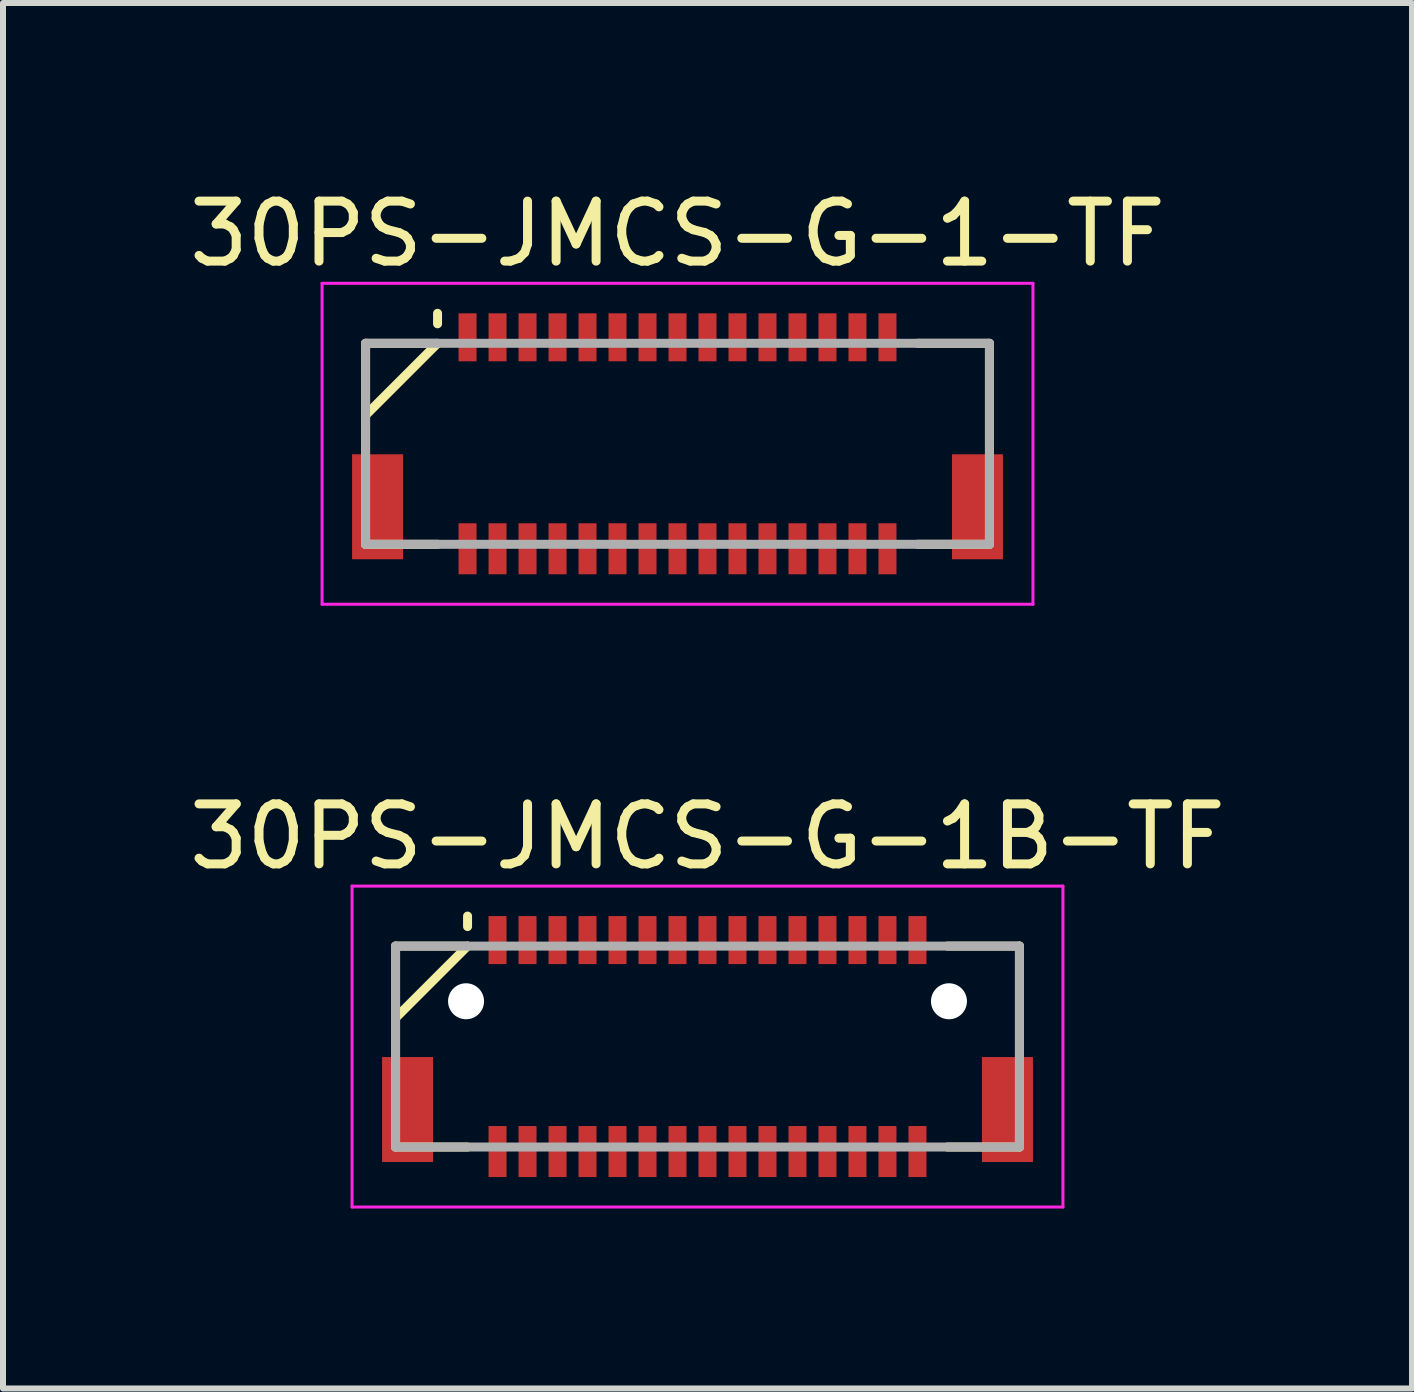
<source format=kicad_pcb>
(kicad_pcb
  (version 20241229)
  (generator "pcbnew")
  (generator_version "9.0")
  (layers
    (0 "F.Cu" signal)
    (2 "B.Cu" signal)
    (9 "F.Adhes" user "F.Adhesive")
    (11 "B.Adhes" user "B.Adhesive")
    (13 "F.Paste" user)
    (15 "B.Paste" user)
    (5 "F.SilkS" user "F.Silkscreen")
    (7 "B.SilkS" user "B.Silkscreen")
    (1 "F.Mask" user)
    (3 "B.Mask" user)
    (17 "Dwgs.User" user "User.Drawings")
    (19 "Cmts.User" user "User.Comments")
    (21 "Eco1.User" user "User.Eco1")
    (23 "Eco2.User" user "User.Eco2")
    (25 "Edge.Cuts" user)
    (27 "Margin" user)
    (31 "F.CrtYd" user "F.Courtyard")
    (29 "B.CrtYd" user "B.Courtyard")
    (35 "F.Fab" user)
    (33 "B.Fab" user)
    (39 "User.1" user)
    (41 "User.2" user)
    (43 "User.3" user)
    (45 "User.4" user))
  (footprint "30PS-JMCS-G-1-TF"
    (layer "F.Cu")
    (at 8.244 4.348)
    (property "Reference" "30PS-JMCS-G-1-TF" (at 0 -3.5 0) (layer "F.SilkS") (effects (font (size 1 1) (thickness 0.15))))
    (attr smd)
    (fp_line (start -5.2 -1.675) (end -5.2 1.675) (stroke (width 0.15) (type solid)) (layer "F.SilkS"))
    (fp_line (start -5.2 -1.675) (end -4 -1.675) (stroke (width 0.15) (type solid)) (layer "F.SilkS"))
    (fp_line (start -5.2 1.675) (end -4 1.675) (stroke (width 0.15) (type solid)) (layer "F.SilkS"))
    (fp_line (start -4 -2.175) (end -4 -2) (stroke (width 0.15) (type solid)) (layer "F.SilkS"))
    (fp_line (start -4 -1.675) (end -5.2 -0.475) (stroke (width 0.15) (type solid)) (layer "F.SilkS"))
    (fp_line (start 4 -1.675) (end 5.2 -1.675) (stroke (width 0.15) (type solid)) (layer "F.SilkS"))
    (fp_line (start 4 1.675) (end 5.2 1.675) (stroke (width 0.15) (type solid)) (layer "F.SilkS"))
    (fp_line (start 5.2 -1.675) (end 5.2 1.675) (stroke (width 0.15) (type solid)) (layer "F.SilkS"))
    (fp_line (start -5.925 -2.675) (end -5.925 2.675) (stroke (width 0.05) (type solid)) (layer "F.CrtYd"))
    (fp_line (start -5.925 -2.675) (end 5.925 -2.675) (stroke (width 0.05) (type solid)) (layer "F.CrtYd"))
    (fp_line (start -5.925 2.675) (end 5.925 2.675) (stroke (width 0.05) (type solid)) (layer "F.CrtYd"))
    (fp_line (start 5.925 -2.675) (end 5.925 2.675) (stroke (width 0.05) (type solid)) (layer "F.CrtYd"))
    (fp_line (start -5.2 -1.675) (end -5.2 1.675) (stroke (width 0.15) (type solid)) (layer "F.Fab"))
    (fp_line (start -5.2 -1.675) (end 5.2 -1.675) (stroke (width 0.15) (type solid)) (layer "F.Fab"))
    (fp_line (start -5.2 1.675) (end 5.2 1.675) (stroke (width 0.15) (type solid)) (layer "F.Fab"))
    (fp_line (start 5.2 -1.675) (end 5.2 1.675) (stroke (width 0.15) (type solid)) (layer "F.Fab"))
    (pad "1" smd rect (at -3.5 -1.775) (size 0.3 0.8) (layers "F.Cu" "F.Mask" "F.Paste"))
    (pad "2" smd rect (at -3.5 1.75) (size 0.3 0.85) (layers "F.Cu" "F.Mask" "F.Paste"))
    (pad "3" smd rect (at -3 -1.775) (size 0.3 0.8) (layers "F.Cu" "F.Mask" "F.Paste"))
    (pad "4" smd rect (at -3 1.75) (size 0.3 0.85) (layers "F.Cu" "F.Mask" "F.Paste"))
    (pad "5" smd rect (at -2.5 -1.775) (size 0.3 0.8) (layers "F.Cu" "F.Mask" "F.Paste"))
    (pad "6" smd rect (at -2.5 1.75) (size 0.3 0.85) (layers "F.Cu" "F.Mask" "F.Paste"))
    (pad "7" smd rect (at -2 -1.775) (size 0.3 0.8) (layers "F.Cu" "F.Mask" "F.Paste"))
    (pad "8" smd rect (at -2 1.75) (size 0.3 0.85) (layers "F.Cu" "F.Mask" "F.Paste"))
    (pad "9" smd rect (at -1.5 -1.775) (size 0.3 0.8) (layers "F.Cu" "F.Mask" "F.Paste"))
    (pad "10" smd rect (at -1.5 1.75) (size 0.3 0.85) (layers "F.Cu" "F.Mask" "F.Paste"))
    (pad "11" smd rect (at -1 -1.775) (size 0.3 0.8) (layers "F.Cu" "F.Mask" "F.Paste"))
    (pad "12" smd rect (at -1 1.75) (size 0.3 0.85) (layers "F.Cu" "F.Mask" "F.Paste"))
    (pad "13" smd rect (at -0.5 -1.775) (size 0.3 0.8) (layers "F.Cu" "F.Mask" "F.Paste"))
    (pad "14" smd rect (at -0.5 1.75) (size 0.3 0.85) (layers "F.Cu" "F.Mask" "F.Paste"))
    (pad "15" smd rect (at 0 -1.775) (size 0.3 0.8) (layers "F.Cu" "F.Mask" "F.Paste"))
    (pad "16" smd rect (at 0 1.75) (size 0.3 0.85) (layers "F.Cu" "F.Mask" "F.Paste"))
    (pad "17" smd rect (at 0.5 -1.775) (size 0.3 0.8) (layers "F.Cu" "F.Mask" "F.Paste"))
    (pad "18" smd rect (at 0.5 1.75) (size 0.3 0.85) (layers "F.Cu" "F.Mask" "F.Paste"))
    (pad "19" smd rect (at 1 -1.775) (size 0.3 0.8) (layers "F.Cu" "F.Mask" "F.Paste"))
    (pad "20" smd rect (at 1 1.75) (size 0.3 0.85) (layers "F.Cu" "F.Mask" "F.Paste"))
    (pad "21" smd rect (at 1.5 -1.775) (size 0.3 0.8) (layers "F.Cu" "F.Mask" "F.Paste"))
    (pad "22" smd rect (at 1.5 1.75) (size 0.3 0.85) (layers "F.Cu" "F.Mask" "F.Paste"))
    (pad "23" smd rect (at 2 -1.775) (size 0.3 0.8) (layers "F.Cu" "F.Mask" "F.Paste"))
    (pad "24" smd rect (at 2 1.75) (size 0.3 0.85) (layers "F.Cu" "F.Mask" "F.Paste"))
    (pad "25" smd rect (at 2.5 -1.775) (size 0.3 0.8) (layers "F.Cu" "F.Mask" "F.Paste"))
    (pad "26" smd rect (at 2.5 1.75) (size 0.3 0.85) (layers "F.Cu" "F.Mask" "F.Paste"))
    (pad "27" smd rect (at 3 -1.775) (size 0.3 0.8) (layers "F.Cu" "F.Mask" "F.Paste"))
    (pad "28" smd rect (at 3 1.75) (size 0.3 0.85) (layers "F.Cu" "F.Mask" "F.Paste"))
    (pad "29" smd rect (at 3.5 -1.775) (size 0.3 0.8) (layers "F.Cu" "F.Mask" "F.Paste"))
    (pad "30" smd rect (at 3.5 1.75) (size 0.3 0.85) (layers "F.Cu" "F.Mask" "F.Paste"))
    (pad "S" smd rect (at -5 1.05) (size 0.85 1.75) (layers "F.Cu" "F.Mask" "F.Paste"))
    (pad "S" smd rect (at 5 1.05) (size 0.85 1.75) (layers "F.Cu" "F.Mask" "F.Paste")))
  (footprint "30PS-JMCS-G-1B-TF"
    (layer "F.Cu")
    (at 8.744 14.396)
    (property "Reference" "30PS-JMCS-G-1B-TF" (at 0 -3.5 0) (layer "F.SilkS") (effects (font (size 1 1) (thickness 0.15))))
    (attr smd)
    (fp_line (start -5.2 -1.675) (end -5.2 1.675) (stroke (width 0.15) (type solid)) (layer "F.SilkS"))
    (fp_line (start -5.2 -1.675) (end -4 -1.675) (stroke (width 0.15) (type solid)) (layer "F.SilkS"))
    (fp_line (start -5.2 1.675) (end -4 1.675) (stroke (width 0.15) (type solid)) (layer "F.SilkS"))
    (fp_line (start -4 -2.175) (end -4 -2) (stroke (width 0.15) (type solid)) (layer "F.SilkS"))
    (fp_line (start -4 -1.675) (end -5.2 -0.475) (stroke (width 0.15) (type solid)) (layer "F.SilkS"))
    (fp_line (start 4 -1.675) (end 5.2 -1.675) (stroke (width 0.15) (type solid)) (layer "F.SilkS"))
    (fp_line (start 4 1.675) (end 5.2 1.675) (stroke (width 0.15) (type solid)) (layer "F.SilkS"))
    (fp_line (start 5.2 -1.675) (end 5.2 1.675) (stroke (width 0.15) (type solid)) (layer "F.SilkS"))
    (fp_line (start -5.925 -2.675) (end -5.925 2.675) (stroke (width 0.05) (type solid)) (layer "F.CrtYd"))
    (fp_line (start -5.925 -2.675) (end 5.925 -2.675) (stroke (width 0.05) (type solid)) (layer "F.CrtYd"))
    (fp_line (start -5.925 2.675) (end 5.925 2.675) (stroke (width 0.05) (type solid)) (layer "F.CrtYd"))
    (fp_line (start 5.925 -2.675) (end 5.925 2.675) (stroke (width 0.05) (type solid)) (layer "F.CrtYd"))
    (fp_line (start -5.2 -1.675) (end -5.2 1.675) (stroke (width 0.15) (type solid)) (layer "F.Fab"))
    (fp_line (start -5.2 -1.675) (end 5.2 -1.675) (stroke (width 0.15) (type solid)) (layer "F.Fab"))
    (fp_line (start -5.2 1.675) (end 5.2 1.675) (stroke (width 0.15) (type solid)) (layer "F.Fab"))
    (fp_line (start 5.2 -1.675) (end 5.2 1.675) (stroke (width 0.15) (type solid)) (layer "F.Fab"))
    (pad "" np_thru_hole circle (at -4.025 -0.755) (size 0.6 0.6) (drill 0.6) (layers "*.Cu" "*.Mask"))
    (pad "" np_thru_hole circle (at 4.025 -0.755) (size 0.6 0.6) (drill 0.6) (layers "*.Cu" "*.Mask"))
    (pad "1" smd rect (at -3.5 -1.775) (size 0.3 0.8) (layers "F.Cu" "F.Mask" "F.Paste"))
    (pad "2" smd rect (at -3.5 1.75) (size 0.3 0.85) (layers "F.Cu" "F.Mask" "F.Paste"))
    (pad "3" smd rect (at -3 -1.775) (size 0.3 0.8) (layers "F.Cu" "F.Mask" "F.Paste"))
    (pad "4" smd rect (at -3 1.75) (size 0.3 0.85) (layers "F.Cu" "F.Mask" "F.Paste"))
    (pad "5" smd rect (at -2.5 -1.775) (size 0.3 0.8) (layers "F.Cu" "F.Mask" "F.Paste"))
    (pad "6" smd rect (at -2.5 1.75) (size 0.3 0.85) (layers "F.Cu" "F.Mask" "F.Paste"))
    (pad "7" smd rect (at -2 -1.775) (size 0.3 0.8) (layers "F.Cu" "F.Mask" "F.Paste"))
    (pad "8" smd rect (at -2 1.75) (size 0.3 0.85) (layers "F.Cu" "F.Mask" "F.Paste"))
    (pad "9" smd rect (at -1.5 -1.775) (size 0.3 0.8) (layers "F.Cu" "F.Mask" "F.Paste"))
    (pad "10" smd rect (at -1.5 1.75) (size 0.3 0.85) (layers "F.Cu" "F.Mask" "F.Paste"))
    (pad "11" smd rect (at -1 -1.775) (size 0.3 0.8) (layers "F.Cu" "F.Mask" "F.Paste"))
    (pad "12" smd rect (at -1 1.75) (size 0.3 0.85) (layers "F.Cu" "F.Mask" "F.Paste"))
    (pad "13" smd rect (at -0.5 -1.775) (size 0.3 0.8) (layers "F.Cu" "F.Mask" "F.Paste"))
    (pad "14" smd rect (at -0.5 1.75) (size 0.3 0.85) (layers "F.Cu" "F.Mask" "F.Paste"))
    (pad "15" smd rect (at 0 -1.775) (size 0.3 0.8) (layers "F.Cu" "F.Mask" "F.Paste"))
    (pad "16" smd rect (at 0 1.75) (size 0.3 0.85) (layers "F.Cu" "F.Mask" "F.Paste"))
    (pad "17" smd rect (at 0.5 -1.775) (size 0.3 0.8) (layers "F.Cu" "F.Mask" "F.Paste"))
    (pad "18" smd rect (at 0.5 1.75) (size 0.3 0.85) (layers "F.Cu" "F.Mask" "F.Paste"))
    (pad "19" smd rect (at 1 -1.775) (size 0.3 0.8) (layers "F.Cu" "F.Mask" "F.Paste"))
    (pad "20" smd rect (at 1 1.75) (size 0.3 0.85) (layers "F.Cu" "F.Mask" "F.Paste"))
    (pad "21" smd rect (at 1.5 -1.775) (size 0.3 0.8) (layers "F.Cu" "F.Mask" "F.Paste"))
    (pad "22" smd rect (at 1.5 1.75) (size 0.3 0.85) (layers "F.Cu" "F.Mask" "F.Paste"))
    (pad "23" smd rect (at 2 -1.775) (size 0.3 0.8) (layers "F.Cu" "F.Mask" "F.Paste"))
    (pad "24" smd rect (at 2 1.75) (size 0.3 0.85) (layers "F.Cu" "F.Mask" "F.Paste"))
    (pad "25" smd rect (at 2.5 -1.775) (size 0.3 0.8) (layers "F.Cu" "F.Mask" "F.Paste"))
    (pad "26" smd rect (at 2.5 1.75) (size 0.3 0.85) (layers "F.Cu" "F.Mask" "F.Paste"))
    (pad "27" smd rect (at 3 -1.775) (size 0.3 0.8) (layers "F.Cu" "F.Mask" "F.Paste"))
    (pad "28" smd rect (at 3 1.75) (size 0.3 0.85) (layers "F.Cu" "F.Mask" "F.Paste"))
    (pad "29" smd rect (at 3.5 -1.775) (size 0.3 0.8) (layers "F.Cu" "F.Mask" "F.Paste"))
    (pad "30" smd rect (at 3.5 1.75) (size 0.3 0.85) (layers "F.Cu" "F.Mask" "F.Paste"))
    (pad "S" smd rect (at -5 1.05) (size 0.85 1.75) (layers "F.Cu" "F.Mask" "F.Paste"))
    (pad "S" smd rect (at 5 1.05) (size 0.85 1.75) (layers "F.Cu" "F.Mask" "F.Paste")))
  (gr_rect
    (start -3 -3)
    (end 20.488 20.096)
    (stroke (width 0.1) (type default))
    (fill no)
    (layer "Edge.Cuts")))
</source>
